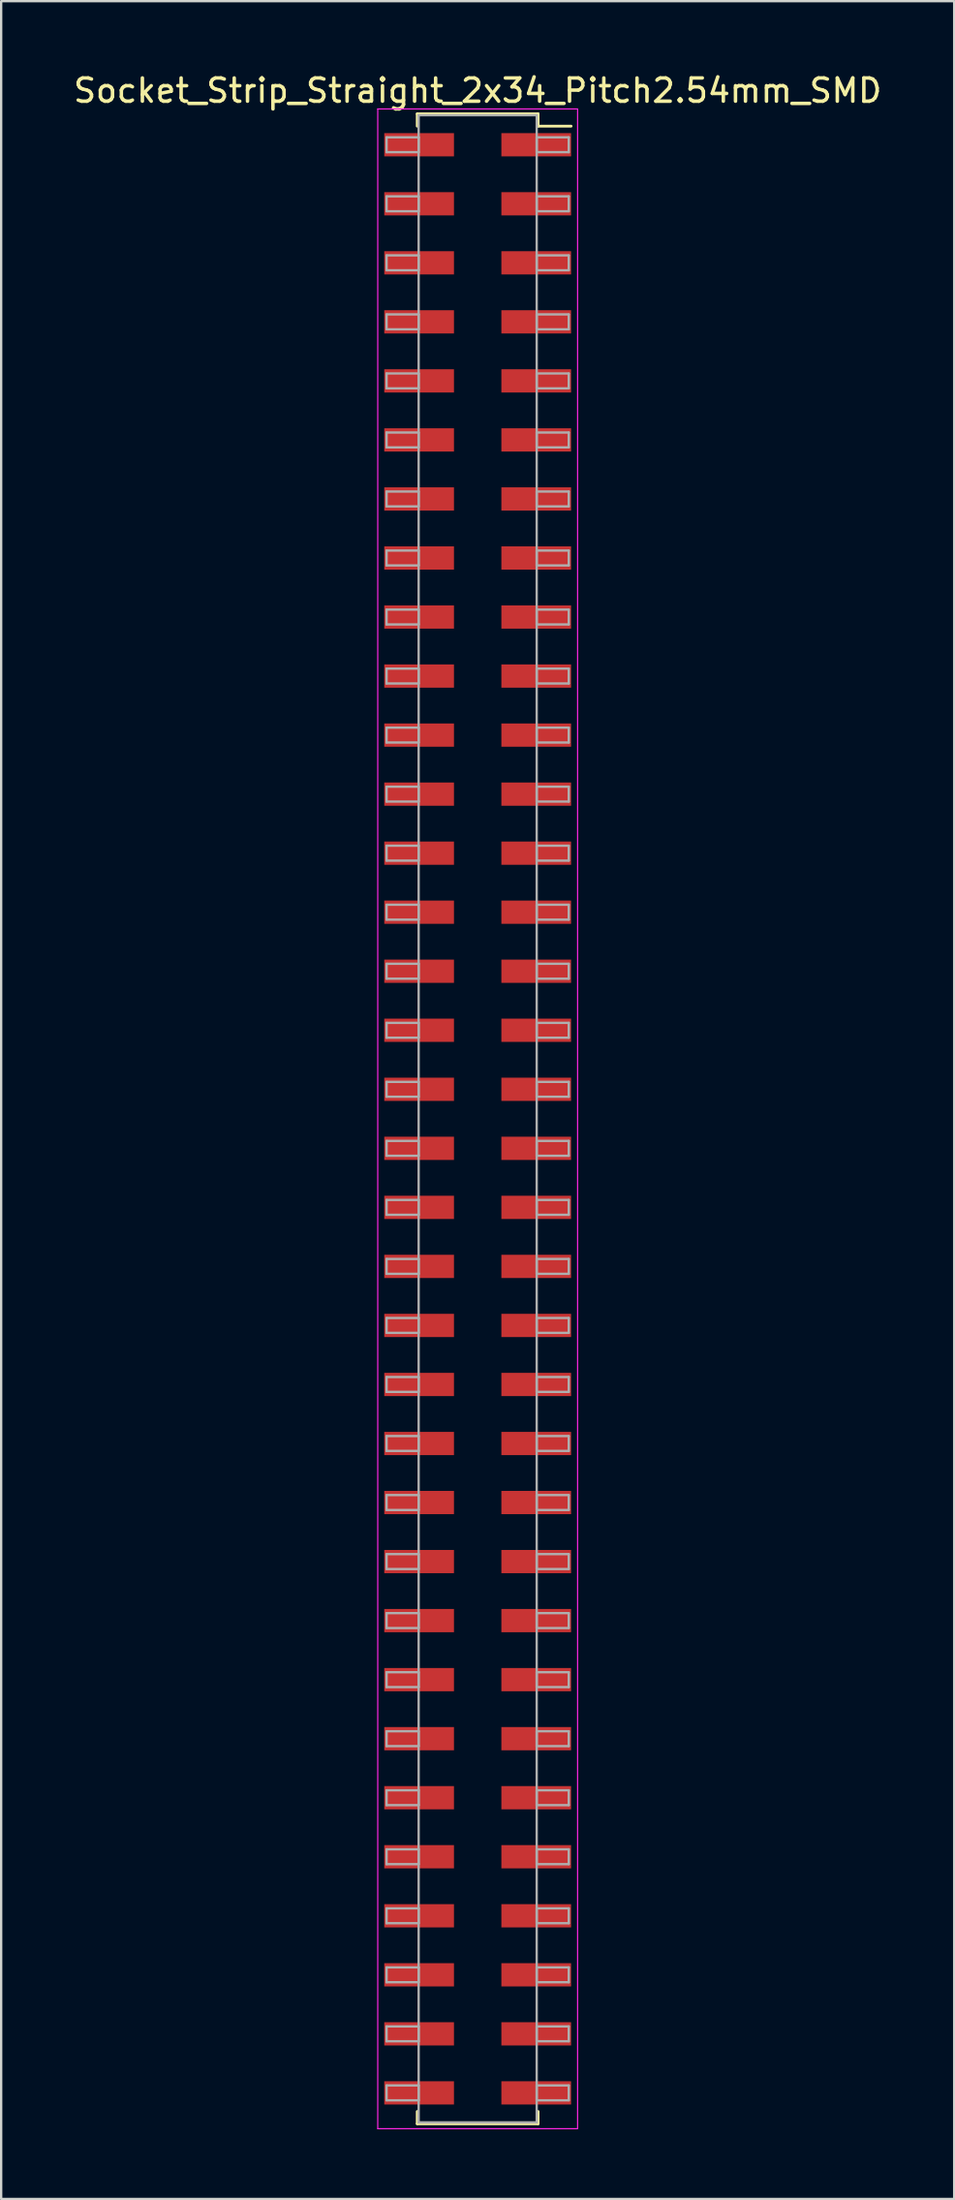
<source format=kicad_pcb>
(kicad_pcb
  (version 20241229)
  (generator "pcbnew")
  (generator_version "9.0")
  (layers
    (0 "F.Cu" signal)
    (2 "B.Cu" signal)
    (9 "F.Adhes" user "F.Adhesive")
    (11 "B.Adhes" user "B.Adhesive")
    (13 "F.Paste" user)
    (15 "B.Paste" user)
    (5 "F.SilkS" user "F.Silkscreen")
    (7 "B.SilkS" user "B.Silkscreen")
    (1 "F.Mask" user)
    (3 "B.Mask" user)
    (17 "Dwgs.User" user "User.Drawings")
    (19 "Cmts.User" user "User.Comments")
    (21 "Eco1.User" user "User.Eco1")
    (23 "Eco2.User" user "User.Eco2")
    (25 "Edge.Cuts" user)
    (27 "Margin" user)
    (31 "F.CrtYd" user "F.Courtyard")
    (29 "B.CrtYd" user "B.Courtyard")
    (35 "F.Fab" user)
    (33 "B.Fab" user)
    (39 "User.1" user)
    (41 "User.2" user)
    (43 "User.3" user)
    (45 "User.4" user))
  (footprint "Socket_Strip_Straight_2x34_Pitch2.54mm_SMD"
    (layer "F.Cu")
    (at 17.506 45.088)
    (property "Reference" "Socket_Strip_Straight_2x34_Pitch2.54mm_SMD" (at 0 -44.24 0) (layer "F.SilkS") (effects (font (size 1 1) (thickness 0.15))))
    (attr smd)
    (fp_line (start -2.6 -43.24) (end 2.6 -43.24) (stroke (width 0.12) (type solid)) (layer "F.SilkS"))
    (fp_line (start -2.6 -42.71) (end -2.6 -43.24) (stroke (width 0.12) (type solid)) (layer "F.SilkS"))
    (fp_line (start -2.6 42.71) (end -2.6 43.24) (stroke (width 0.12) (type solid)) (layer "F.SilkS"))
    (fp_line (start -2.6 43.24) (end 2.6 43.24) (stroke (width 0.12) (type solid)) (layer "F.SilkS"))
    (fp_line (start 2.6 -43.24) (end 2.6 -42.71) (stroke (width 0.12) (type solid)) (layer "F.SilkS"))
    (fp_line (start 2.6 43.24) (end 2.6 42.71) (stroke (width 0.12) (type solid)) (layer "F.SilkS"))
    (fp_line (start 4.02 -42.71) (end 2.6 -42.71) (stroke (width 0.12) (type solid)) (layer "F.SilkS"))
    (fp_line (start -4.3 -43.45) (end -4.3 43.45) (stroke (width 0.05) (type solid)) (layer "F.CrtYd"))
    (fp_line (start -4.3 43.45) (end 4.3 43.45) (stroke (width 0.05) (type solid)) (layer "F.CrtYd"))
    (fp_line (start 4.3 -43.45) (end -4.3 -43.45) (stroke (width 0.05) (type solid)) (layer "F.CrtYd"))
    (fp_line (start 4.3 43.45) (end 4.3 -43.45) (stroke (width 0.05) (type solid)) (layer "F.CrtYd"))
    (fp_line (start -3.92 -42.23) (end -2.54 -42.23) (stroke (width 0.1) (type solid)) (layer "F.Fab"))
    (fp_line (start -3.92 -41.59) (end -3.92 -42.23) (stroke (width 0.1) (type solid)) (layer "F.Fab"))
    (fp_line (start -3.92 -39.69) (end -2.54 -39.69) (stroke (width 0.1) (type solid)) (layer "F.Fab"))
    (fp_line (start -3.92 -39.05) (end -3.92 -39.69) (stroke (width 0.1) (type solid)) (layer "F.Fab"))
    (fp_line (start -3.92 -37.15) (end -2.54 -37.15) (stroke (width 0.1) (type solid)) (layer "F.Fab"))
    (fp_line (start -3.92 -36.51) (end -3.92 -37.15) (stroke (width 0.1) (type solid)) (layer "F.Fab"))
    (fp_line (start -3.92 -34.61) (end -2.54 -34.61) (stroke (width 0.1) (type solid)) (layer "F.Fab"))
    (fp_line (start -3.92 -33.97) (end -3.92 -34.61) (stroke (width 0.1) (type solid)) (layer "F.Fab"))
    (fp_line (start -3.92 -32.07) (end -2.54 -32.07) (stroke (width 0.1) (type solid)) (layer "F.Fab"))
    (fp_line (start -3.92 -31.43) (end -3.92 -32.07) (stroke (width 0.1) (type solid)) (layer "F.Fab"))
    (fp_line (start -3.92 -29.53) (end -2.54 -29.53) (stroke (width 0.1) (type solid)) (layer "F.Fab"))
    (fp_line (start -3.92 -28.89) (end -3.92 -29.53) (stroke (width 0.1) (type solid)) (layer "F.Fab"))
    (fp_line (start -3.92 -26.99) (end -2.54 -26.99) (stroke (width 0.1) (type solid)) (layer "F.Fab"))
    (fp_line (start -3.92 -26.35) (end -3.92 -26.99) (stroke (width 0.1) (type solid)) (layer "F.Fab"))
    (fp_line (start -3.92 -24.45) (end -2.54 -24.45) (stroke (width 0.1) (type solid)) (layer "F.Fab"))
    (fp_line (start -3.92 -23.81) (end -3.92 -24.45) (stroke (width 0.1) (type solid)) (layer "F.Fab"))
    (fp_line (start -3.92 -21.91) (end -2.54 -21.91) (stroke (width 0.1) (type solid)) (layer "F.Fab"))
    (fp_line (start -3.92 -21.27) (end -3.92 -21.91) (stroke (width 0.1) (type solid)) (layer "F.Fab"))
    (fp_line (start -3.92 -19.37) (end -2.54 -19.37) (stroke (width 0.1) (type solid)) (layer "F.Fab"))
    (fp_line (start -3.92 -18.73) (end -3.92 -19.37) (stroke (width 0.1) (type solid)) (layer "F.Fab"))
    (fp_line (start -3.92 -16.83) (end -2.54 -16.83) (stroke (width 0.1) (type solid)) (layer "F.Fab"))
    (fp_line (start -3.92 -16.19) (end -3.92 -16.83) (stroke (width 0.1) (type solid)) (layer "F.Fab"))
    (fp_line (start -3.92 -14.29) (end -2.54 -14.29) (stroke (width 0.1) (type solid)) (layer "F.Fab"))
    (fp_line (start -3.92 -13.65) (end -3.92 -14.29) (stroke (width 0.1) (type solid)) (layer "F.Fab"))
    (fp_line (start -3.92 -11.75) (end -2.54 -11.75) (stroke (width 0.1) (type solid)) (layer "F.Fab"))
    (fp_line (start -3.92 -11.11) (end -3.92 -11.75) (stroke (width 0.1) (type solid)) (layer "F.Fab"))
    (fp_line (start -3.92 -9.21) (end -2.54 -9.21) (stroke (width 0.1) (type solid)) (layer "F.Fab"))
    (fp_line (start -3.92 -8.57) (end -3.92 -9.21) (stroke (width 0.1) (type solid)) (layer "F.Fab"))
    (fp_line (start -3.92 -6.67) (end -2.54 -6.67) (stroke (width 0.1) (type solid)) (layer "F.Fab"))
    (fp_line (start -3.92 -6.03) (end -3.92 -6.67) (stroke (width 0.1) (type solid)) (layer "F.Fab"))
    (fp_line (start -3.92 -4.13) (end -2.54 -4.13) (stroke (width 0.1) (type solid)) (layer "F.Fab"))
    (fp_line (start -3.92 -3.49) (end -3.92 -4.13) (stroke (width 0.1) (type solid)) (layer "F.Fab"))
    (fp_line (start -3.92 -1.59) (end -2.54 -1.59) (stroke (width 0.1) (type solid)) (layer "F.Fab"))
    (fp_line (start -3.92 -0.95) (end -3.92 -1.59) (stroke (width 0.1) (type solid)) (layer "F.Fab"))
    (fp_line (start -3.92 0.95) (end -2.54 0.95) (stroke (width 0.1) (type solid)) (layer "F.Fab"))
    (fp_line (start -3.92 1.59) (end -3.92 0.95) (stroke (width 0.1) (type solid)) (layer "F.Fab"))
    (fp_line (start -3.92 3.49) (end -2.54 3.49) (stroke (width 0.1) (type solid)) (layer "F.Fab"))
    (fp_line (start -3.92 4.13) (end -3.92 3.49) (stroke (width 0.1) (type solid)) (layer "F.Fab"))
    (fp_line (start -3.92 6.03) (end -2.54 6.03) (stroke (width 0.1) (type solid)) (layer "F.Fab"))
    (fp_line (start -3.92 6.67) (end -3.92 6.03) (stroke (width 0.1) (type solid)) (layer "F.Fab"))
    (fp_line (start -3.92 8.57) (end -2.54 8.57) (stroke (width 0.1) (type solid)) (layer "F.Fab"))
    (fp_line (start -3.92 9.21) (end -3.92 8.57) (stroke (width 0.1) (type solid)) (layer "F.Fab"))
    (fp_line (start -3.92 11.11) (end -2.54 11.11) (stroke (width 0.1) (type solid)) (layer "F.Fab"))
    (fp_line (start -3.92 11.75) (end -3.92 11.11) (stroke (width 0.1) (type solid)) (layer "F.Fab"))
    (fp_line (start -3.92 13.65) (end -2.54 13.65) (stroke (width 0.1) (type solid)) (layer "F.Fab"))
    (fp_line (start -3.92 14.29) (end -3.92 13.65) (stroke (width 0.1) (type solid)) (layer "F.Fab"))
    (fp_line (start -3.92 16.19) (end -2.54 16.19) (stroke (width 0.1) (type solid)) (layer "F.Fab"))
    (fp_line (start -3.92 16.83) (end -3.92 16.19) (stroke (width 0.1) (type solid)) (layer "F.Fab"))
    (fp_line (start -3.92 18.73) (end -2.54 18.73) (stroke (width 0.1) (type solid)) (layer "F.Fab"))
    (fp_line (start -3.92 19.37) (end -3.92 18.73) (stroke (width 0.1) (type solid)) (layer "F.Fab"))
    (fp_line (start -3.92 21.27) (end -2.54 21.27) (stroke (width 0.1) (type solid)) (layer "F.Fab"))
    (fp_line (start -3.92 21.91) (end -3.92 21.27) (stroke (width 0.1) (type solid)) (layer "F.Fab"))
    (fp_line (start -3.92 23.81) (end -2.54 23.81) (stroke (width 0.1) (type solid)) (layer "F.Fab"))
    (fp_line (start -3.92 24.45) (end -3.92 23.81) (stroke (width 0.1) (type solid)) (layer "F.Fab"))
    (fp_line (start -3.92 26.35) (end -2.54 26.35) (stroke (width 0.1) (type solid)) (layer "F.Fab"))
    (fp_line (start -3.92 26.99) (end -3.92 26.35) (stroke (width 0.1) (type solid)) (layer "F.Fab"))
    (fp_line (start -3.92 28.89) (end -2.54 28.89) (stroke (width 0.1) (type solid)) (layer "F.Fab"))
    (fp_line (start -3.92 29.53) (end -3.92 28.89) (stroke (width 0.1) (type solid)) (layer "F.Fab"))
    (fp_line (start -3.92 31.43) (end -2.54 31.43) (stroke (width 0.1) (type solid)) (layer "F.Fab"))
    (fp_line (start -3.92 32.07) (end -3.92 31.43) (stroke (width 0.1) (type solid)) (layer "F.Fab"))
    (fp_line (start -3.92 33.97) (end -2.54 33.97) (stroke (width 0.1) (type solid)) (layer "F.Fab"))
    (fp_line (start -3.92 34.61) (end -3.92 33.97) (stroke (width 0.1) (type solid)) (layer "F.Fab"))
    (fp_line (start -3.92 36.51) (end -2.54 36.51) (stroke (width 0.1) (type solid)) (layer "F.Fab"))
    (fp_line (start -3.92 37.15) (end -3.92 36.51) (stroke (width 0.1) (type solid)) (layer "F.Fab"))
    (fp_line (start -3.92 39.05) (end -2.54 39.05) (stroke (width 0.1) (type solid)) (layer "F.Fab"))
    (fp_line (start -3.92 39.69) (end -3.92 39.05) (stroke (width 0.1) (type solid)) (layer "F.Fab"))
    (fp_line (start -3.92 41.59) (end -2.54 41.59) (stroke (width 0.1) (type solid)) (layer "F.Fab"))
    (fp_line (start -3.92 42.23) (end -3.92 41.59) (stroke (width 0.1) (type solid)) (layer "F.Fab"))
    (fp_line (start -2.54 -43.18) (end -2.54 43.18) (stroke (width 0.1) (type solid)) (layer "F.Fab"))
    (fp_line (start -2.54 -42.23) (end -2.54 -41.59) (stroke (width 0.1) (type solid)) (layer "F.Fab"))
    (fp_line (start -2.54 -41.59) (end -3.92 -41.59) (stroke (width 0.1) (type solid)) (layer "F.Fab"))
    (fp_line (start -2.54 -39.69) (end -2.54 -39.05) (stroke (width 0.1) (type solid)) (layer "F.Fab"))
    (fp_line (start -2.54 -39.05) (end -3.92 -39.05) (stroke (width 0.1) (type solid)) (layer "F.Fab"))
    (fp_line (start -2.54 -37.15) (end -2.54 -36.51) (stroke (width 0.1) (type solid)) (layer "F.Fab"))
    (fp_line (start -2.54 -36.51) (end -3.92 -36.51) (stroke (width 0.1) (type solid)) (layer "F.Fab"))
    (fp_line (start -2.54 -34.61) (end -2.54 -33.97) (stroke (width 0.1) (type solid)) (layer "F.Fab"))
    (fp_line (start -2.54 -33.97) (end -3.92 -33.97) (stroke (width 0.1) (type solid)) (layer "F.Fab"))
    (fp_line (start -2.54 -32.07) (end -2.54 -31.43) (stroke (width 0.1) (type solid)) (layer "F.Fab"))
    (fp_line (start -2.54 -31.43) (end -3.92 -31.43) (stroke (width 0.1) (type solid)) (layer "F.Fab"))
    (fp_line (start -2.54 -29.53) (end -2.54 -28.89) (stroke (width 0.1) (type solid)) (layer "F.Fab"))
    (fp_line (start -2.54 -28.89) (end -3.92 -28.89) (stroke (width 0.1) (type solid)) (layer "F.Fab"))
    (fp_line (start -2.54 -26.99) (end -2.54 -26.35) (stroke (width 0.1) (type solid)) (layer "F.Fab"))
    (fp_line (start -2.54 -26.35) (end -3.92 -26.35) (stroke (width 0.1) (type solid)) (layer "F.Fab"))
    (fp_line (start -2.54 -24.45) (end -2.54 -23.81) (stroke (width 0.1) (type solid)) (layer "F.Fab"))
    (fp_line (start -2.54 -23.81) (end -3.92 -23.81) (stroke (width 0.1) (type solid)) (layer "F.Fab"))
    (fp_line (start -2.54 -21.91) (end -2.54 -21.27) (stroke (width 0.1) (type solid)) (layer "F.Fab"))
    (fp_line (start -2.54 -21.27) (end -3.92 -21.27) (stroke (width 0.1) (type solid)) (layer "F.Fab"))
    (fp_line (start -2.54 -19.37) (end -2.54 -18.73) (stroke (width 0.1) (type solid)) (layer "F.Fab"))
    (fp_line (start -2.54 -18.73) (end -3.92 -18.73) (stroke (width 0.1) (type solid)) (layer "F.Fab"))
    (fp_line (start -2.54 -16.83) (end -2.54 -16.19) (stroke (width 0.1) (type solid)) (layer "F.Fab"))
    (fp_line (start -2.54 -16.19) (end -3.92 -16.19) (stroke (width 0.1) (type solid)) (layer "F.Fab"))
    (fp_line (start -2.54 -14.29) (end -2.54 -13.65) (stroke (width 0.1) (type solid)) (layer "F.Fab"))
    (fp_line (start -2.54 -13.65) (end -3.92 -13.65) (stroke (width 0.1) (type solid)) (layer "F.Fab"))
    (fp_line (start -2.54 -11.75) (end -2.54 -11.11) (stroke (width 0.1) (type solid)) (layer "F.Fab"))
    (fp_line (start -2.54 -11.11) (end -3.92 -11.11) (stroke (width 0.1) (type solid)) (layer "F.Fab"))
    (fp_line (start -2.54 -9.21) (end -2.54 -8.57) (stroke (width 0.1) (type solid)) (layer "F.Fab"))
    (fp_line (start -2.54 -8.57) (end -3.92 -8.57) (stroke (width 0.1) (type solid)) (layer "F.Fab"))
    (fp_line (start -2.54 -6.67) (end -2.54 -6.03) (stroke (width 0.1) (type solid)) (layer "F.Fab"))
    (fp_line (start -2.54 -6.03) (end -3.92 -6.03) (stroke (width 0.1) (type solid)) (layer "F.Fab"))
    (fp_line (start -2.54 -4.13) (end -2.54 -3.49) (stroke (width 0.1) (type solid)) (layer "F.Fab"))
    (fp_line (start -2.54 -3.49) (end -3.92 -3.49) (stroke (width 0.1) (type solid)) (layer "F.Fab"))
    (fp_line (start -2.54 -1.59) (end -2.54 -0.95) (stroke (width 0.1) (type solid)) (layer "F.Fab"))
    (fp_line (start -2.54 -0.95) (end -3.92 -0.95) (stroke (width 0.1) (type solid)) (layer "F.Fab"))
    (fp_line (start -2.54 0.95) (end -2.54 1.59) (stroke (width 0.1) (type solid)) (layer "F.Fab"))
    (fp_line (start -2.54 1.59) (end -3.92 1.59) (stroke (width 0.1) (type solid)) (layer "F.Fab"))
    (fp_line (start -2.54 3.49) (end -2.54 4.13) (stroke (width 0.1) (type solid)) (layer "F.Fab"))
    (fp_line (start -2.54 4.13) (end -3.92 4.13) (stroke (width 0.1) (type solid)) (layer "F.Fab"))
    (fp_line (start -2.54 6.03) (end -2.54 6.67) (stroke (width 0.1) (type solid)) (layer "F.Fab"))
    (fp_line (start -2.54 6.67) (end -3.92 6.67) (stroke (width 0.1) (type solid)) (layer "F.Fab"))
    (fp_line (start -2.54 8.57) (end -2.54 9.21) (stroke (width 0.1) (type solid)) (layer "F.Fab"))
    (fp_line (start -2.54 9.21) (end -3.92 9.21) (stroke (width 0.1) (type solid)) (layer "F.Fab"))
    (fp_line (start -2.54 11.11) (end -2.54 11.75) (stroke (width 0.1) (type solid)) (layer "F.Fab"))
    (fp_line (start -2.54 11.75) (end -3.92 11.75) (stroke (width 0.1) (type solid)) (layer "F.Fab"))
    (fp_line (start -2.54 13.65) (end -2.54 14.29) (stroke (width 0.1) (type solid)) (layer "F.Fab"))
    (fp_line (start -2.54 14.29) (end -3.92 14.29) (stroke (width 0.1) (type solid)) (layer "F.Fab"))
    (fp_line (start -2.54 16.19) (end -2.54 16.83) (stroke (width 0.1) (type solid)) (layer "F.Fab"))
    (fp_line (start -2.54 16.83) (end -3.92 16.83) (stroke (width 0.1) (type solid)) (layer "F.Fab"))
    (fp_line (start -2.54 18.73) (end -2.54 19.37) (stroke (width 0.1) (type solid)) (layer "F.Fab"))
    (fp_line (start -2.54 19.37) (end -3.92 19.37) (stroke (width 0.1) (type solid)) (layer "F.Fab"))
    (fp_line (start -2.54 21.27) (end -2.54 21.91) (stroke (width 0.1) (type solid)) (layer "F.Fab"))
    (fp_line (start -2.54 21.91) (end -3.92 21.91) (stroke (width 0.1) (type solid)) (layer "F.Fab"))
    (fp_line (start -2.54 23.81) (end -2.54 24.45) (stroke (width 0.1) (type solid)) (layer "F.Fab"))
    (fp_line (start -2.54 24.45) (end -3.92 24.45) (stroke (width 0.1) (type solid)) (layer "F.Fab"))
    (fp_line (start -2.54 26.35) (end -2.54 26.99) (stroke (width 0.1) (type solid)) (layer "F.Fab"))
    (fp_line (start -2.54 26.99) (end -3.92 26.99) (stroke (width 0.1) (type solid)) (layer "F.Fab"))
    (fp_line (start -2.54 28.89) (end -2.54 29.53) (stroke (width 0.1) (type solid)) (layer "F.Fab"))
    (fp_line (start -2.54 29.53) (end -3.92 29.53) (stroke (width 0.1) (type solid)) (layer "F.Fab"))
    (fp_line (start -2.54 31.43) (end -2.54 32.07) (stroke (width 0.1) (type solid)) (layer "F.Fab"))
    (fp_line (start -2.54 32.07) (end -3.92 32.07) (stroke (width 0.1) (type solid)) (layer "F.Fab"))
    (fp_line (start -2.54 33.97) (end -2.54 34.61) (stroke (width 0.1) (type solid)) (layer "F.Fab"))
    (fp_line (start -2.54 34.61) (end -3.92 34.61) (stroke (width 0.1) (type solid)) (layer "F.Fab"))
    (fp_line (start -2.54 36.51) (end -2.54 37.15) (stroke (width 0.1) (type solid)) (layer "F.Fab"))
    (fp_line (start -2.54 37.15) (end -3.92 37.15) (stroke (width 0.1) (type solid)) (layer "F.Fab"))
    (fp_line (start -2.54 39.05) (end -2.54 39.69) (stroke (width 0.1) (type solid)) (layer "F.Fab"))
    (fp_line (start -2.54 39.69) (end -3.92 39.69) (stroke (width 0.1) (type solid)) (layer "F.Fab"))
    (fp_line (start -2.54 41.59) (end -2.54 42.23) (stroke (width 0.1) (type solid)) (layer "F.Fab"))
    (fp_line (start -2.54 42.23) (end -3.92 42.23) (stroke (width 0.1) (type solid)) (layer "F.Fab"))
    (fp_line (start -2.54 43.18) (end 2.54 43.18) (stroke (width 0.1) (type solid)) (layer "F.Fab"))
    (fp_line (start 2.54 -43.18) (end -2.54 -43.18) (stroke (width 0.1) (type solid)) (layer "F.Fab"))
    (fp_line (start 2.54 -42.23) (end 2.54 -41.59) (stroke (width 0.1) (type solid)) (layer "F.Fab"))
    (fp_line (start 2.54 -41.59) (end 3.92 -41.59) (stroke (width 0.1) (type solid)) (layer "F.Fab"))
    (fp_line (start 2.54 -39.69) (end 2.54 -39.05) (stroke (width 0.1) (type solid)) (layer "F.Fab"))
    (fp_line (start 2.54 -39.05) (end 3.92 -39.05) (stroke (width 0.1) (type solid)) (layer "F.Fab"))
    (fp_line (start 2.54 -37.15) (end 2.54 -36.51) (stroke (width 0.1) (type solid)) (layer "F.Fab"))
    (fp_line (start 2.54 -36.51) (end 3.92 -36.51) (stroke (width 0.1) (type solid)) (layer "F.Fab"))
    (fp_line (start 2.54 -34.61) (end 2.54 -33.97) (stroke (width 0.1) (type solid)) (layer "F.Fab"))
    (fp_line (start 2.54 -33.97) (end 3.92 -33.97) (stroke (width 0.1) (type solid)) (layer "F.Fab"))
    (fp_line (start 2.54 -32.07) (end 2.54 -31.43) (stroke (width 0.1) (type solid)) (layer "F.Fab"))
    (fp_line (start 2.54 -31.43) (end 3.92 -31.43) (stroke (width 0.1) (type solid)) (layer "F.Fab"))
    (fp_line (start 2.54 -29.53) (end 2.54 -28.89) (stroke (width 0.1) (type solid)) (layer "F.Fab"))
    (fp_line (start 2.54 -28.89) (end 3.92 -28.89) (stroke (width 0.1) (type solid)) (layer "F.Fab"))
    (fp_line (start 2.54 -26.99) (end 2.54 -26.35) (stroke (width 0.1) (type solid)) (layer "F.Fab"))
    (fp_line (start 2.54 -26.35) (end 3.92 -26.35) (stroke (width 0.1) (type solid)) (layer "F.Fab"))
    (fp_line (start 2.54 -24.45) (end 2.54 -23.81) (stroke (width 0.1) (type solid)) (layer "F.Fab"))
    (fp_line (start 2.54 -23.81) (end 3.92 -23.81) (stroke (width 0.1) (type solid)) (layer "F.Fab"))
    (fp_line (start 2.54 -21.91) (end 2.54 -21.27) (stroke (width 0.1) (type solid)) (layer "F.Fab"))
    (fp_line (start 2.54 -21.27) (end 3.92 -21.27) (stroke (width 0.1) (type solid)) (layer "F.Fab"))
    (fp_line (start 2.54 -19.37) (end 2.54 -18.73) (stroke (width 0.1) (type solid)) (layer "F.Fab"))
    (fp_line (start 2.54 -18.73) (end 3.92 -18.73) (stroke (width 0.1) (type solid)) (layer "F.Fab"))
    (fp_line (start 2.54 -16.83) (end 2.54 -16.19) (stroke (width 0.1) (type solid)) (layer "F.Fab"))
    (fp_line (start 2.54 -16.19) (end 3.92 -16.19) (stroke (width 0.1) (type solid)) (layer "F.Fab"))
    (fp_line (start 2.54 -14.29) (end 2.54 -13.65) (stroke (width 0.1) (type solid)) (layer "F.Fab"))
    (fp_line (start 2.54 -13.65) (end 3.92 -13.65) (stroke (width 0.1) (type solid)) (layer "F.Fab"))
    (fp_line (start 2.54 -11.75) (end 2.54 -11.11) (stroke (width 0.1) (type solid)) (layer "F.Fab"))
    (fp_line (start 2.54 -11.11) (end 3.92 -11.11) (stroke (width 0.1) (type solid)) (layer "F.Fab"))
    (fp_line (start 2.54 -9.21) (end 2.54 -8.57) (stroke (width 0.1) (type solid)) (layer "F.Fab"))
    (fp_line (start 2.54 -8.57) (end 3.92 -8.57) (stroke (width 0.1) (type solid)) (layer "F.Fab"))
    (fp_line (start 2.54 -6.67) (end 2.54 -6.03) (stroke (width 0.1) (type solid)) (layer "F.Fab"))
    (fp_line (start 2.54 -6.03) (end 3.92 -6.03) (stroke (width 0.1) (type solid)) (layer "F.Fab"))
    (fp_line (start 2.54 -4.13) (end 2.54 -3.49) (stroke (width 0.1) (type solid)) (layer "F.Fab"))
    (fp_line (start 2.54 -3.49) (end 3.92 -3.49) (stroke (width 0.1) (type solid)) (layer "F.Fab"))
    (fp_line (start 2.54 -1.59) (end 2.54 -0.95) (stroke (width 0.1) (type solid)) (layer "F.Fab"))
    (fp_line (start 2.54 -0.95) (end 3.92 -0.95) (stroke (width 0.1) (type solid)) (layer "F.Fab"))
    (fp_line (start 2.54 0.95) (end 2.54 1.59) (stroke (width 0.1) (type solid)) (layer "F.Fab"))
    (fp_line (start 2.54 1.59) (end 3.92 1.59) (stroke (width 0.1) (type solid)) (layer "F.Fab"))
    (fp_line (start 2.54 3.49) (end 2.54 4.13) (stroke (width 0.1) (type solid)) (layer "F.Fab"))
    (fp_line (start 2.54 4.13) (end 3.92 4.13) (stroke (width 0.1) (type solid)) (layer "F.Fab"))
    (fp_line (start 2.54 6.03) (end 2.54 6.67) (stroke (width 0.1) (type solid)) (layer "F.Fab"))
    (fp_line (start 2.54 6.67) (end 3.92 6.67) (stroke (width 0.1) (type solid)) (layer "F.Fab"))
    (fp_line (start 2.54 8.57) (end 2.54 9.21) (stroke (width 0.1) (type solid)) (layer "F.Fab"))
    (fp_line (start 2.54 9.21) (end 3.92 9.21) (stroke (width 0.1) (type solid)) (layer "F.Fab"))
    (fp_line (start 2.54 11.11) (end 2.54 11.75) (stroke (width 0.1) (type solid)) (layer "F.Fab"))
    (fp_line (start 2.54 11.75) (end 3.92 11.75) (stroke (width 0.1) (type solid)) (layer "F.Fab"))
    (fp_line (start 2.54 13.65) (end 2.54 14.29) (stroke (width 0.1) (type solid)) (layer "F.Fab"))
    (fp_line (start 2.54 14.29) (end 3.92 14.29) (stroke (width 0.1) (type solid)) (layer "F.Fab"))
    (fp_line (start 2.54 16.19) (end 2.54 16.83) (stroke (width 0.1) (type solid)) (layer "F.Fab"))
    (fp_line (start 2.54 16.83) (end 3.92 16.83) (stroke (width 0.1) (type solid)) (layer "F.Fab"))
    (fp_line (start 2.54 18.73) (end 2.54 19.37) (stroke (width 0.1) (type solid)) (layer "F.Fab"))
    (fp_line (start 2.54 19.37) (end 3.92 19.37) (stroke (width 0.1) (type solid)) (layer "F.Fab"))
    (fp_line (start 2.54 21.27) (end 2.54 21.91) (stroke (width 0.1) (type solid)) (layer "F.Fab"))
    (fp_line (start 2.54 21.91) (end 3.92 21.91) (stroke (width 0.1) (type solid)) (layer "F.Fab"))
    (fp_line (start 2.54 23.81) (end 2.54 24.45) (stroke (width 0.1) (type solid)) (layer "F.Fab"))
    (fp_line (start 2.54 24.45) (end 3.92 24.45) (stroke (width 0.1) (type solid)) (layer "F.Fab"))
    (fp_line (start 2.54 26.35) (end 2.54 26.99) (stroke (width 0.1) (type solid)) (layer "F.Fab"))
    (fp_line (start 2.54 26.99) (end 3.92 26.99) (stroke (width 0.1) (type solid)) (layer "F.Fab"))
    (fp_line (start 2.54 28.89) (end 2.54 29.53) (stroke (width 0.1) (type solid)) (layer "F.Fab"))
    (fp_line (start 2.54 29.53) (end 3.92 29.53) (stroke (width 0.1) (type solid)) (layer "F.Fab"))
    (fp_line (start 2.54 31.43) (end 2.54 32.07) (stroke (width 0.1) (type solid)) (layer "F.Fab"))
    (fp_line (start 2.54 32.07) (end 3.92 32.07) (stroke (width 0.1) (type solid)) (layer "F.Fab"))
    (fp_line (start 2.54 33.97) (end 2.54 34.61) (stroke (width 0.1) (type solid)) (layer "F.Fab"))
    (fp_line (start 2.54 34.61) (end 3.92 34.61) (stroke (width 0.1) (type solid)) (layer "F.Fab"))
    (fp_line (start 2.54 36.51) (end 2.54 37.15) (stroke (width 0.1) (type solid)) (layer "F.Fab"))
    (fp_line (start 2.54 37.15) (end 3.92 37.15) (stroke (width 0.1) (type solid)) (layer "F.Fab"))
    (fp_line (start 2.54 39.05) (end 2.54 39.69) (stroke (width 0.1) (type solid)) (layer "F.Fab"))
    (fp_line (start 2.54 39.69) (end 3.92 39.69) (stroke (width 0.1) (type solid)) (layer "F.Fab"))
    (fp_line (start 2.54 41.59) (end 2.54 42.23) (stroke (width 0.1) (type solid)) (layer "F.Fab"))
    (fp_line (start 2.54 42.23) (end 3.92 42.23) (stroke (width 0.1) (type solid)) (layer "F.Fab"))
    (fp_line (start 2.54 43.18) (end 2.54 -43.18) (stroke (width 0.1) (type solid)) (layer "F.Fab"))
    (fp_line (start 3.92 -42.23) (end 2.54 -42.23) (stroke (width 0.1) (type solid)) (layer "F.Fab"))
    (fp_line (start 3.92 -41.59) (end 3.92 -42.23) (stroke (width 0.1) (type solid)) (layer "F.Fab"))
    (fp_line (start 3.92 -39.69) (end 2.54 -39.69) (stroke (width 0.1) (type solid)) (layer "F.Fab"))
    (fp_line (start 3.92 -39.05) (end 3.92 -39.69) (stroke (width 0.1) (type solid)) (layer "F.Fab"))
    (fp_line (start 3.92 -37.15) (end 2.54 -37.15) (stroke (width 0.1) (type solid)) (layer "F.Fab"))
    (fp_line (start 3.92 -36.51) (end 3.92 -37.15) (stroke (width 0.1) (type solid)) (layer "F.Fab"))
    (fp_line (start 3.92 -34.61) (end 2.54 -34.61) (stroke (width 0.1) (type solid)) (layer "F.Fab"))
    (fp_line (start 3.92 -33.97) (end 3.92 -34.61) (stroke (width 0.1) (type solid)) (layer "F.Fab"))
    (fp_line (start 3.92 -32.07) (end 2.54 -32.07) (stroke (width 0.1) (type solid)) (layer "F.Fab"))
    (fp_line (start 3.92 -31.43) (end 3.92 -32.07) (stroke (width 0.1) (type solid)) (layer "F.Fab"))
    (fp_line (start 3.92 -29.53) (end 2.54 -29.53) (stroke (width 0.1) (type solid)) (layer "F.Fab"))
    (fp_line (start 3.92 -28.89) (end 3.92 -29.53) (stroke (width 0.1) (type solid)) (layer "F.Fab"))
    (fp_line (start 3.92 -26.99) (end 2.54 -26.99) (stroke (width 0.1) (type solid)) (layer "F.Fab"))
    (fp_line (start 3.92 -26.35) (end 3.92 -26.99) (stroke (width 0.1) (type solid)) (layer "F.Fab"))
    (fp_line (start 3.92 -24.45) (end 2.54 -24.45) (stroke (width 0.1) (type solid)) (layer "F.Fab"))
    (fp_line (start 3.92 -23.81) (end 3.92 -24.45) (stroke (width 0.1) (type solid)) (layer "F.Fab"))
    (fp_line (start 3.92 -21.91) (end 2.54 -21.91) (stroke (width 0.1) (type solid)) (layer "F.Fab"))
    (fp_line (start 3.92 -21.27) (end 3.92 -21.91) (stroke (width 0.1) (type solid)) (layer "F.Fab"))
    (fp_line (start 3.92 -19.37) (end 2.54 -19.37) (stroke (width 0.1) (type solid)) (layer "F.Fab"))
    (fp_line (start 3.92 -18.73) (end 3.92 -19.37) (stroke (width 0.1) (type solid)) (layer "F.Fab"))
    (fp_line (start 3.92 -16.83) (end 2.54 -16.83) (stroke (width 0.1) (type solid)) (layer "F.Fab"))
    (fp_line (start 3.92 -16.19) (end 3.92 -16.83) (stroke (width 0.1) (type solid)) (layer "F.Fab"))
    (fp_line (start 3.92 -14.29) (end 2.54 -14.29) (stroke (width 0.1) (type solid)) (layer "F.Fab"))
    (fp_line (start 3.92 -13.65) (end 3.92 -14.29) (stroke (width 0.1) (type solid)) (layer "F.Fab"))
    (fp_line (start 3.92 -11.75) (end 2.54 -11.75) (stroke (width 0.1) (type solid)) (layer "F.Fab"))
    (fp_line (start 3.92 -11.11) (end 3.92 -11.75) (stroke (width 0.1) (type solid)) (layer "F.Fab"))
    (fp_line (start 3.92 -9.21) (end 2.54 -9.21) (stroke (width 0.1) (type solid)) (layer "F.Fab"))
    (fp_line (start 3.92 -8.57) (end 3.92 -9.21) (stroke (width 0.1) (type solid)) (layer "F.Fab"))
    (fp_line (start 3.92 -6.67) (end 2.54 -6.67) (stroke (width 0.1) (type solid)) (layer "F.Fab"))
    (fp_line (start 3.92 -6.03) (end 3.92 -6.67) (stroke (width 0.1) (type solid)) (layer "F.Fab"))
    (fp_line (start 3.92 -4.13) (end 2.54 -4.13) (stroke (width 0.1) (type solid)) (layer "F.Fab"))
    (fp_line (start 3.92 -3.49) (end 3.92 -4.13) (stroke (width 0.1) (type solid)) (layer "F.Fab"))
    (fp_line (start 3.92 -1.59) (end 2.54 -1.59) (stroke (width 0.1) (type solid)) (layer "F.Fab"))
    (fp_line (start 3.92 -0.95) (end 3.92 -1.59) (stroke (width 0.1) (type solid)) (layer "F.Fab"))
    (fp_line (start 3.92 0.95) (end 2.54 0.95) (stroke (width 0.1) (type solid)) (layer "F.Fab"))
    (fp_line (start 3.92 1.59) (end 3.92 0.95) (stroke (width 0.1) (type solid)) (layer "F.Fab"))
    (fp_line (start 3.92 3.49) (end 2.54 3.49) (stroke (width 0.1) (type solid)) (layer "F.Fab"))
    (fp_line (start 3.92 4.13) (end 3.92 3.49) (stroke (width 0.1) (type solid)) (layer "F.Fab"))
    (fp_line (start 3.92 6.03) (end 2.54 6.03) (stroke (width 0.1) (type solid)) (layer "F.Fab"))
    (fp_line (start 3.92 6.67) (end 3.92 6.03) (stroke (width 0.1) (type solid)) (layer "F.Fab"))
    (fp_line (start 3.92 8.57) (end 2.54 8.57) (stroke (width 0.1) (type solid)) (layer "F.Fab"))
    (fp_line (start 3.92 9.21) (end 3.92 8.57) (stroke (width 0.1) (type solid)) (layer "F.Fab"))
    (fp_line (start 3.92 11.11) (end 2.54 11.11) (stroke (width 0.1) (type solid)) (layer "F.Fab"))
    (fp_line (start 3.92 11.75) (end 3.92 11.11) (stroke (width 0.1) (type solid)) (layer "F.Fab"))
    (fp_line (start 3.92 13.65) (end 2.54 13.65) (stroke (width 0.1) (type solid)) (layer "F.Fab"))
    (fp_line (start 3.92 14.29) (end 3.92 13.65) (stroke (width 0.1) (type solid)) (layer "F.Fab"))
    (fp_line (start 3.92 16.19) (end 2.54 16.19) (stroke (width 0.1) (type solid)) (layer "F.Fab"))
    (fp_line (start 3.92 16.83) (end 3.92 16.19) (stroke (width 0.1) (type solid)) (layer "F.Fab"))
    (fp_line (start 3.92 18.73) (end 2.54 18.73) (stroke (width 0.1) (type solid)) (layer "F.Fab"))
    (fp_line (start 3.92 19.37) (end 3.92 18.73) (stroke (width 0.1) (type solid)) (layer "F.Fab"))
    (fp_line (start 3.92 21.27) (end 2.54 21.27) (stroke (width 0.1) (type solid)) (layer "F.Fab"))
    (fp_line (start 3.92 21.91) (end 3.92 21.27) (stroke (width 0.1) (type solid)) (layer "F.Fab"))
    (fp_line (start 3.92 23.81) (end 2.54 23.81) (stroke (width 0.1) (type solid)) (layer "F.Fab"))
    (fp_line (start 3.92 24.45) (end 3.92 23.81) (stroke (width 0.1) (type solid)) (layer "F.Fab"))
    (fp_line (start 3.92 26.35) (end 2.54 26.35) (stroke (width 0.1) (type solid)) (layer "F.Fab"))
    (fp_line (start 3.92 26.99) (end 3.92 26.35) (stroke (width 0.1) (type solid)) (layer "F.Fab"))
    (fp_line (start 3.92 28.89) (end 2.54 28.89) (stroke (width 0.1) (type solid)) (layer "F.Fab"))
    (fp_line (start 3.92 29.53) (end 3.92 28.89) (stroke (width 0.1) (type solid)) (layer "F.Fab"))
    (fp_line (start 3.92 31.43) (end 2.54 31.43) (stroke (width 0.1) (type solid)) (layer "F.Fab"))
    (fp_line (start 3.92 32.07) (end 3.92 31.43) (stroke (width 0.1) (type solid)) (layer "F.Fab"))
    (fp_line (start 3.92 33.97) (end 2.54 33.97) (stroke (width 0.1) (type solid)) (layer "F.Fab"))
    (fp_line (start 3.92 34.61) (end 3.92 33.97) (stroke (width 0.1) (type solid)) (layer "F.Fab"))
    (fp_line (start 3.92 36.51) (end 2.54 36.51) (stroke (width 0.1) (type solid)) (layer "F.Fab"))
    (fp_line (start 3.92 37.15) (end 3.92 36.51) (stroke (width 0.1) (type solid)) (layer "F.Fab"))
    (fp_line (start 3.92 39.05) (end 2.54 39.05) (stroke (width 0.1) (type solid)) (layer "F.Fab"))
    (fp_line (start 3.92 39.69) (end 3.92 39.05) (stroke (width 0.1) (type solid)) (layer "F.Fab"))
    (fp_line (start 3.92 41.59) (end 2.54 41.59) (stroke (width 0.1) (type solid)) (layer "F.Fab"))
    (fp_line (start 3.92 42.23) (end 3.92 41.59) (stroke (width 0.1) (type solid)) (layer "F.Fab"))
    (pad "1" smd rect (at 2.52 -41.91) (size 3 1) (layers "F.Cu" "F.Mask"))
    (pad "2" smd rect (at -2.52 -41.91) (size 3 1) (layers "F.Cu" "F.Mask"))
    (pad "3" smd rect (at 2.52 -39.37) (size 3 1) (layers "F.Cu" "F.Mask"))
    (pad "4" smd rect (at -2.52 -39.37) (size 3 1) (layers "F.Cu" "F.Mask"))
    (pad "5" smd rect (at 2.52 -36.83) (size 3 1) (layers "F.Cu" "F.Mask"))
    (pad "6" smd rect (at -2.52 -36.83) (size 3 1) (layers "F.Cu" "F.Mask"))
    (pad "7" smd rect (at 2.52 -34.29) (size 3 1) (layers "F.Cu" "F.Mask"))
    (pad "8" smd rect (at -2.52 -34.29) (size 3 1) (layers "F.Cu" "F.Mask"))
    (pad "9" smd rect (at 2.52 -31.75) (size 3 1) (layers "F.Cu" "F.Mask"))
    (pad "10" smd rect (at -2.52 -31.75) (size 3 1) (layers "F.Cu" "F.Mask"))
    (pad "11" smd rect (at 2.52 -29.21) (size 3 1) (layers "F.Cu" "F.Mask"))
    (pad "12" smd rect (at -2.52 -29.21) (size 3 1) (layers "F.Cu" "F.Mask"))
    (pad "13" smd rect (at 2.52 -26.67) (size 3 1) (layers "F.Cu" "F.Mask"))
    (pad "14" smd rect (at -2.52 -26.67) (size 3 1) (layers "F.Cu" "F.Mask"))
    (pad "15" smd rect (at 2.52 -24.13) (size 3 1) (layers "F.Cu" "F.Mask"))
    (pad "16" smd rect (at -2.52 -24.13) (size 3 1) (layers "F.Cu" "F.Mask"))
    (pad "17" smd rect (at 2.52 -21.59) (size 3 1) (layers "F.Cu" "F.Mask"))
    (pad "18" smd rect (at -2.52 -21.59) (size 3 1) (layers "F.Cu" "F.Mask"))
    (pad "19" smd rect (at 2.52 -19.05) (size 3 1) (layers "F.Cu" "F.Mask"))
    (pad "20" smd rect (at -2.52 -19.05) (size 3 1) (layers "F.Cu" "F.Mask"))
    (pad "21" smd rect (at 2.52 -16.51) (size 3 1) (layers "F.Cu" "F.Mask"))
    (pad "22" smd rect (at -2.52 -16.51) (size 3 1) (layers "F.Cu" "F.Mask"))
    (pad "23" smd rect (at 2.52 -13.97) (size 3 1) (layers "F.Cu" "F.Mask"))
    (pad "24" smd rect (at -2.52 -13.97) (size 3 1) (layers "F.Cu" "F.Mask"))
    (pad "25" smd rect (at 2.52 -11.43) (size 3 1) (layers "F.Cu" "F.Mask"))
    (pad "26" smd rect (at -2.52 -11.43) (size 3 1) (layers "F.Cu" "F.Mask"))
    (pad "27" smd rect (at 2.52 -8.89) (size 3 1) (layers "F.Cu" "F.Mask"))
    (pad "28" smd rect (at -2.52 -8.89) (size 3 1) (layers "F.Cu" "F.Mask"))
    (pad "29" smd rect (at 2.52 -6.35) (size 3 1) (layers "F.Cu" "F.Mask"))
    (pad "30" smd rect (at -2.52 -6.35) (size 3 1) (layers "F.Cu" "F.Mask"))
    (pad "31" smd rect (at 2.52 -3.81) (size 3 1) (layers "F.Cu" "F.Mask"))
    (pad "32" smd rect (at -2.52 -3.81) (size 3 1) (layers "F.Cu" "F.Mask"))
    (pad "33" smd rect (at 2.52 -1.27) (size 3 1) (layers "F.Cu" "F.Mask"))
    (pad "34" smd rect (at -2.52 -1.27) (size 3 1) (layers "F.Cu" "F.Mask"))
    (pad "35" smd rect (at 2.52 1.27) (size 3 1) (layers "F.Cu" "F.Mask"))
    (pad "36" smd rect (at -2.52 1.27) (size 3 1) (layers "F.Cu" "F.Mask"))
    (pad "37" smd rect (at 2.52 3.81) (size 3 1) (layers "F.Cu" "F.Mask"))
    (pad "38" smd rect (at -2.52 3.81) (size 3 1) (layers "F.Cu" "F.Mask"))
    (pad "39" smd rect (at 2.52 6.35) (size 3 1) (layers "F.Cu" "F.Mask"))
    (pad "40" smd rect (at -2.52 6.35) (size 3 1) (layers "F.Cu" "F.Mask"))
    (pad "41" smd rect (at 2.52 8.89) (size 3 1) (layers "F.Cu" "F.Mask"))
    (pad "42" smd rect (at -2.52 8.89) (size 3 1) (layers "F.Cu" "F.Mask"))
    (pad "43" smd rect (at 2.52 11.43) (size 3 1) (layers "F.Cu" "F.Mask"))
    (pad "44" smd rect (at -2.52 11.43) (size 3 1) (layers "F.Cu" "F.Mask"))
    (pad "45" smd rect (at 2.52 13.97) (size 3 1) (layers "F.Cu" "F.Mask"))
    (pad "46" smd rect (at -2.52 13.97) (size 3 1) (layers "F.Cu" "F.Mask"))
    (pad "47" smd rect (at 2.52 16.51) (size 3 1) (layers "F.Cu" "F.Mask"))
    (pad "48" smd rect (at -2.52 16.51) (size 3 1) (layers "F.Cu" "F.Mask"))
    (pad "49" smd rect (at 2.52 19.05) (size 3 1) (layers "F.Cu" "F.Mask"))
    (pad "50" smd rect (at -2.52 19.05) (size 3 1) (layers "F.Cu" "F.Mask"))
    (pad "51" smd rect (at 2.52 21.59) (size 3 1) (layers "F.Cu" "F.Mask"))
    (pad "52" smd rect (at -2.52 21.59) (size 3 1) (layers "F.Cu" "F.Mask"))
    (pad "53" smd rect (at 2.52 24.13) (size 3 1) (layers "F.Cu" "F.Mask"))
    (pad "54" smd rect (at -2.52 24.13) (size 3 1) (layers "F.Cu" "F.Mask"))
    (pad "55" smd rect (at 2.52 26.67) (size 3 1) (layers "F.Cu" "F.Mask"))
    (pad "56" smd rect (at -2.52 26.67) (size 3 1) (layers "F.Cu" "F.Mask"))
    (pad "57" smd rect (at 2.52 29.21) (size 3 1) (layers "F.Cu" "F.Mask"))
    (pad "58" smd rect (at -2.52 29.21) (size 3 1) (layers "F.Cu" "F.Mask"))
    (pad "59" smd rect (at 2.52 31.75) (size 3 1) (layers "F.Cu" "F.Mask"))
    (pad "60" smd rect (at -2.52 31.75) (size 3 1) (layers "F.Cu" "F.Mask"))
    (pad "61" smd rect (at 2.52 34.29) (size 3 1) (layers "F.Cu" "F.Mask"))
    (pad "62" smd rect (at -2.52 34.29) (size 3 1) (layers "F.Cu" "F.Mask"))
    (pad "63" smd rect (at 2.52 36.83) (size 3 1) (layers "F.Cu" "F.Mask"))
    (pad "64" smd rect (at -2.52 36.83) (size 3 1) (layers "F.Cu" "F.Mask"))
    (pad "65" smd rect (at 2.52 39.37) (size 3 1) (layers "F.Cu" "F.Mask"))
    (pad "66" smd rect (at -2.52 39.37) (size 3 1) (layers "F.Cu" "F.Mask"))
    (pad "67" smd rect (at 2.52 41.91) (size 3 1) (layers "F.Cu" "F.Mask"))
    (pad "68" smd rect (at -2.52 41.91) (size 3 1) (layers "F.Cu" "F.Mask")))
  (gr_rect
    (start -3 -3)
    (end 38.012 91.563)
    (stroke (width 0.1) (type default))
    (fill no)
    (layer "Edge.Cuts")))
</source>
